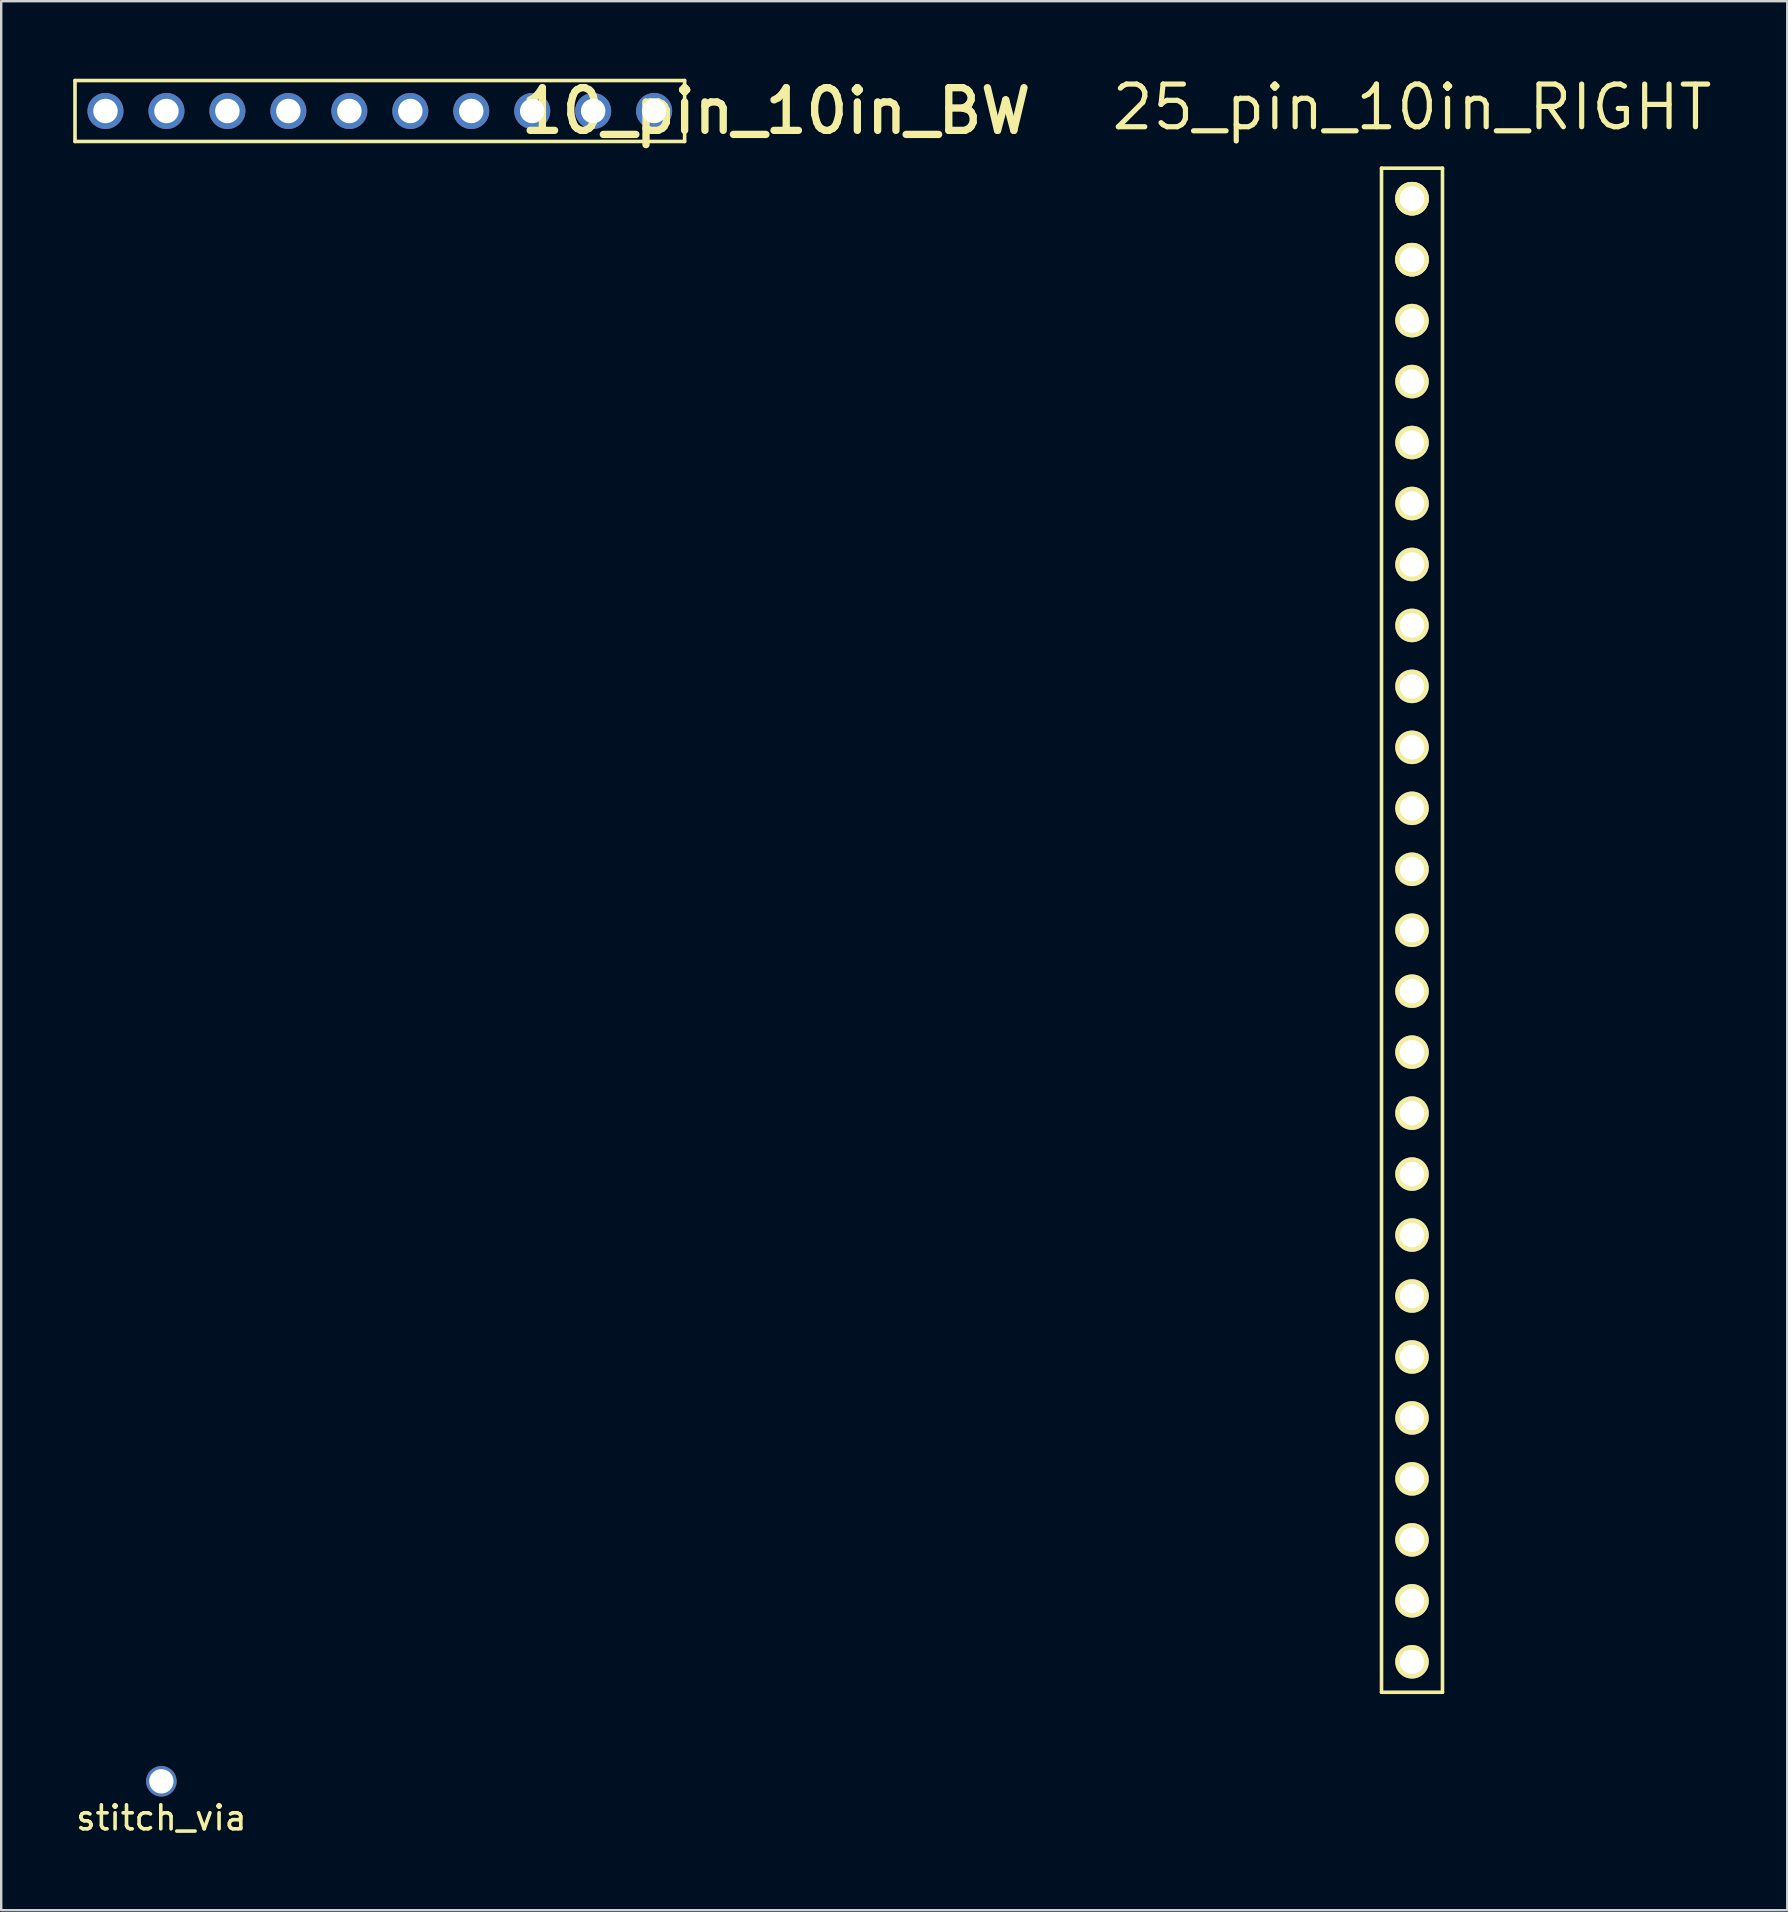
<source format=kicad_pcb>
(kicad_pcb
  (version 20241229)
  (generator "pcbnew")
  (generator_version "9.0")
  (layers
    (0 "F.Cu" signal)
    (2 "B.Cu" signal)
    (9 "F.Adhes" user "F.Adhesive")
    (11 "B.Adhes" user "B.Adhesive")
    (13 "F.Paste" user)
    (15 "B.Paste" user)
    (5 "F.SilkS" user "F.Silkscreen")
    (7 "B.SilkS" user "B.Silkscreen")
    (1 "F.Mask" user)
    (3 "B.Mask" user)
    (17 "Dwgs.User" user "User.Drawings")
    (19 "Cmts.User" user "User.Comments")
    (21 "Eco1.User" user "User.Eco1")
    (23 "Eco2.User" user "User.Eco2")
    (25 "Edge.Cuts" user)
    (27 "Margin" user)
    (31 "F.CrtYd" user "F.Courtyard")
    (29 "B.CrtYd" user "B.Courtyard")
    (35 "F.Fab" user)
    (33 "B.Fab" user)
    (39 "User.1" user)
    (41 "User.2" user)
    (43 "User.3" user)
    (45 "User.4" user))
  (footprint "25_pin_10in_RIGHT"
    (layer "F.Cu")
    (at 55.782 35.709)
    (property "Reference" "25_pin_10in_RIGHT" (at 0 -34.29 0) (layer "F.SilkS") (effects (font (size 1.778 1.778) (thickness 0.216))))
    (attr through_hole)
    (fp_line (start -1.27 -31.75) (end -1.27 31.75) (stroke (width 0.15) (type solid)) (layer "F.SilkS"))
    (fp_line (start -1.27 -31.75) (end 1.27 -31.75) (stroke (width 0.15) (type solid)) (layer "F.SilkS"))
    (fp_line (start -1.27 31.75) (end 1.27 31.75) (stroke (width 0.15) (type solid)) (layer "F.SilkS"))
    (fp_line (start 1.27 31.75) (end 1.27 -31.75) (stroke (width 0.15) (type solid)) (layer "F.SilkS"))
    (pad "2" thru_hole circle (at 0 -30.48 270) (size 1.397 1.397) (drill 1.02) (layers "*.Cu" "*.Mask" "F.SilkS"))
    (pad "2" thru_hole circle (at 0 -30.48 270) (size 1.397 1.397) (drill 1.02) (layers "*.Cu" "*.Mask" "F.SilkS"))
    (pad "4" thru_hole circle (at 0 -27.94 270) (size 1.397 1.397) (drill 1.02) (layers "*.Cu" "*.Mask" "F.SilkS"))
    (pad "4" thru_hole circle (at 0 -27.94 270) (size 1.397 1.397) (drill 1.02) (layers "*.Cu" "*.Mask" "F.SilkS"))
    (pad "6" thru_hole circle (at 0 -25.4 270) (size 1.397 1.397) (drill 1.02) (layers "*.Cu" "*.Mask" "F.SilkS"))
    (pad "8" thru_hole circle (at 0 -22.86 270) (size 1.397 1.397) (drill 1.02) (layers "*.Cu" "*.Mask" "F.SilkS"))
    (pad "10" thru_hole circle (at 0 -20.32 270) (size 1.397 1.397) (drill 1.02) (layers "*.Cu" "*.Mask" "F.SilkS"))
    (pad "12" thru_hole circle (at 0 -17.78 270) (size 1.397 1.397) (drill 1.02) (layers "*.Cu" "*.Mask" "F.SilkS"))
    (pad "14" thru_hole circle (at 0 -15.24 270) (size 1.397 1.397) (drill 1.02) (layers "*.Cu" "*.Mask" "F.SilkS"))
    (pad "16" thru_hole circle (at 0 -12.7 270) (size 1.397 1.397) (drill 1.02) (layers "*.Cu" "*.Mask" "F.SilkS"))
    (pad "18" thru_hole circle (at 0 -10.16 270) (size 1.397 1.397) (drill 1.02) (layers "*.Cu" "*.Mask" "F.SilkS"))
    (pad "20" thru_hole circle (at 0 -7.62 270) (size 1.397 1.397) (drill 1.02) (layers "*.Cu" "*.Mask" "F.SilkS"))
    (pad "22" thru_hole circle (at 0 -5.08 270) (size 1.397 1.397) (drill 1.02) (layers "*.Cu" "*.Mask" "F.SilkS"))
    (pad "24" thru_hole circle (at 0 -2.54 270) (size 1.397 1.397) (drill 1.02) (layers "*.Cu" "*.Mask" "F.SilkS"))
    (pad "26" thru_hole circle (at 0 0 270) (size 1.397 1.397) (drill 1.02) (layers "*.Cu" "*.Mask" "F.SilkS"))
    (pad "28" thru_hole circle (at 0 2.54 270) (size 1.397 1.397) (drill 1.02) (layers "*.Cu" "*.Mask" "F.SilkS"))
    (pad "30" thru_hole circle (at 0 5.08 270) (size 1.397 1.397) (drill 1.02) (layers "*.Cu" "*.Mask" "F.SilkS"))
    (pad "32" thru_hole circle (at 0 7.62 270) (size 1.397 1.397) (drill 1.02) (layers "*.Cu" "*.Mask" "F.SilkS"))
    (pad "34" thru_hole circle (at 0 10.16 270) (size 1.397 1.397) (drill 1.02) (layers "*.Cu" "*.Mask" "F.SilkS"))
    (pad "36" thru_hole circle (at 0 12.7 270) (size 1.397 1.397) (drill 1.02) (layers "*.Cu" "*.Mask" "F.SilkS"))
    (pad "38" thru_hole circle (at 0 15.24 270) (size 1.397 1.397) (drill 1.02) (layers "*.Cu" "*.Mask" "F.SilkS"))
    (pad "40" thru_hole circle (at 0 17.78 270) (size 1.397 1.397) (drill 1.02) (layers "*.Cu" "*.Mask" "F.SilkS"))
    (pad "42" thru_hole circle (at 0 20.32 270) (size 1.397 1.397) (drill 1.02) (layers "*.Cu" "*.Mask" "F.SilkS"))
    (pad "44" thru_hole circle (at 0 22.86 270) (size 1.397 1.397) (drill 1.02) (layers "*.Cu" "*.Mask" "F.SilkS"))
    (pad "46" thru_hole circle (at 0 25.4 270) (size 1.397 1.397) (drill 1.02) (layers "*.Cu" "*.Mask" "F.SilkS"))
    (pad "48" thru_hole circle (at 0 27.94 270) (size 1.397 1.397) (drill 1.02) (layers "*.Cu" "*.Mask" "F.SilkS"))
    (pad "50" thru_hole circle (at 0 30.48 270) (size 1.397 1.397) (drill 1.02) (layers "*.Cu" "*.Mask" "F.SilkS")))
  (footprint "10_pin_10in_BW"
    (layer "F.Cu")
    (at 12.775 1.575)
    (property "Reference" "10_pin_10in_BW" (at 16.51 0 0) (layer "F.SilkS") (effects (font (size 1.778 1.778) (thickness 0.305))))
    (attr through_hole)
    (fp_line (start -12.7 1.27) (end -12.7 -1.27) (stroke (width 0.15) (type solid)) (layer "F.SilkS"))
    (fp_line (start -12.7 1.27) (end 12.7 1.27) (stroke (width 0.15) (type solid)) (layer "F.SilkS"))
    (fp_line (start 12.7 -1.27) (end -12.7 -1.27) (stroke (width 0.15) (type solid)) (layer "F.SilkS"))
    (fp_line (start 12.7 1.27) (end 12.7 -1.27) (stroke (width 0.15) (type solid)) (layer "F.SilkS"))
    (pad "1" thru_hole circle (at -11.43 0) (size 1.5 1.5) (drill 1.02) (layers "*.Cu" "*.Mask"))
    (pad "2" thru_hole circle (at -8.89 0) (size 1.5 1.5) (drill 1.02) (layers "*.Cu" "*.Mask"))
    (pad "3" thru_hole circle (at -6.35 0) (size 1.5 1.5) (drill 1.02) (layers "*.Cu" "*.Mask"))
    (pad "4" thru_hole circle (at -3.81 0) (size 1.5 1.5) (drill 1.02) (layers "*.Cu" "*.Mask"))
    (pad "5" thru_hole circle (at -1.27 0) (size 1.5 1.5) (drill 1.02) (layers "*.Cu" "*.Mask"))
    (pad "6" thru_hole circle (at 1.27 0) (size 1.5 1.5) (drill 1.02) (layers "*.Cu" "*.Mask"))
    (pad "7" thru_hole circle (at 3.81 0) (size 1.5 1.5) (drill 1.02) (layers "*.Cu" "*.Mask"))
    (pad "8" thru_hole circle (at 6.35 0) (size 1.5 1.5) (drill 1.02) (layers "*.Cu" "*.Mask"))
    (pad "9" thru_hole circle (at 8.89 0) (size 1.5 1.5) (drill 1.02) (layers "*.Cu" "*.Mask"))
    (pad "10" thru_hole circle (at 11.43 0) (size 1.5 1.5) (drill 1.02) (layers "*.Cu" "*.Mask")))
  (footprint "stitch_via"
    (layer "F.Cu")
    (at 3.673 71.169)
    (property "Reference" "stitch_via" (at 0 1.524 0) (layer "F.SilkS") (effects (font (size 1 1) (thickness 0.15))))
    (attr through_hole)
    (pad "1" thru_hole circle (at 0 0) (size 1.27 1.27) (drill 1.016) (layers "*.Cu" "*.Mask")))
  (gr_rect
    (start -3 -3)
    (end 71.417 76.541)
    (stroke (width 0.1) (type default))
    (fill no)
    (layer "Edge.Cuts")))
</source>
